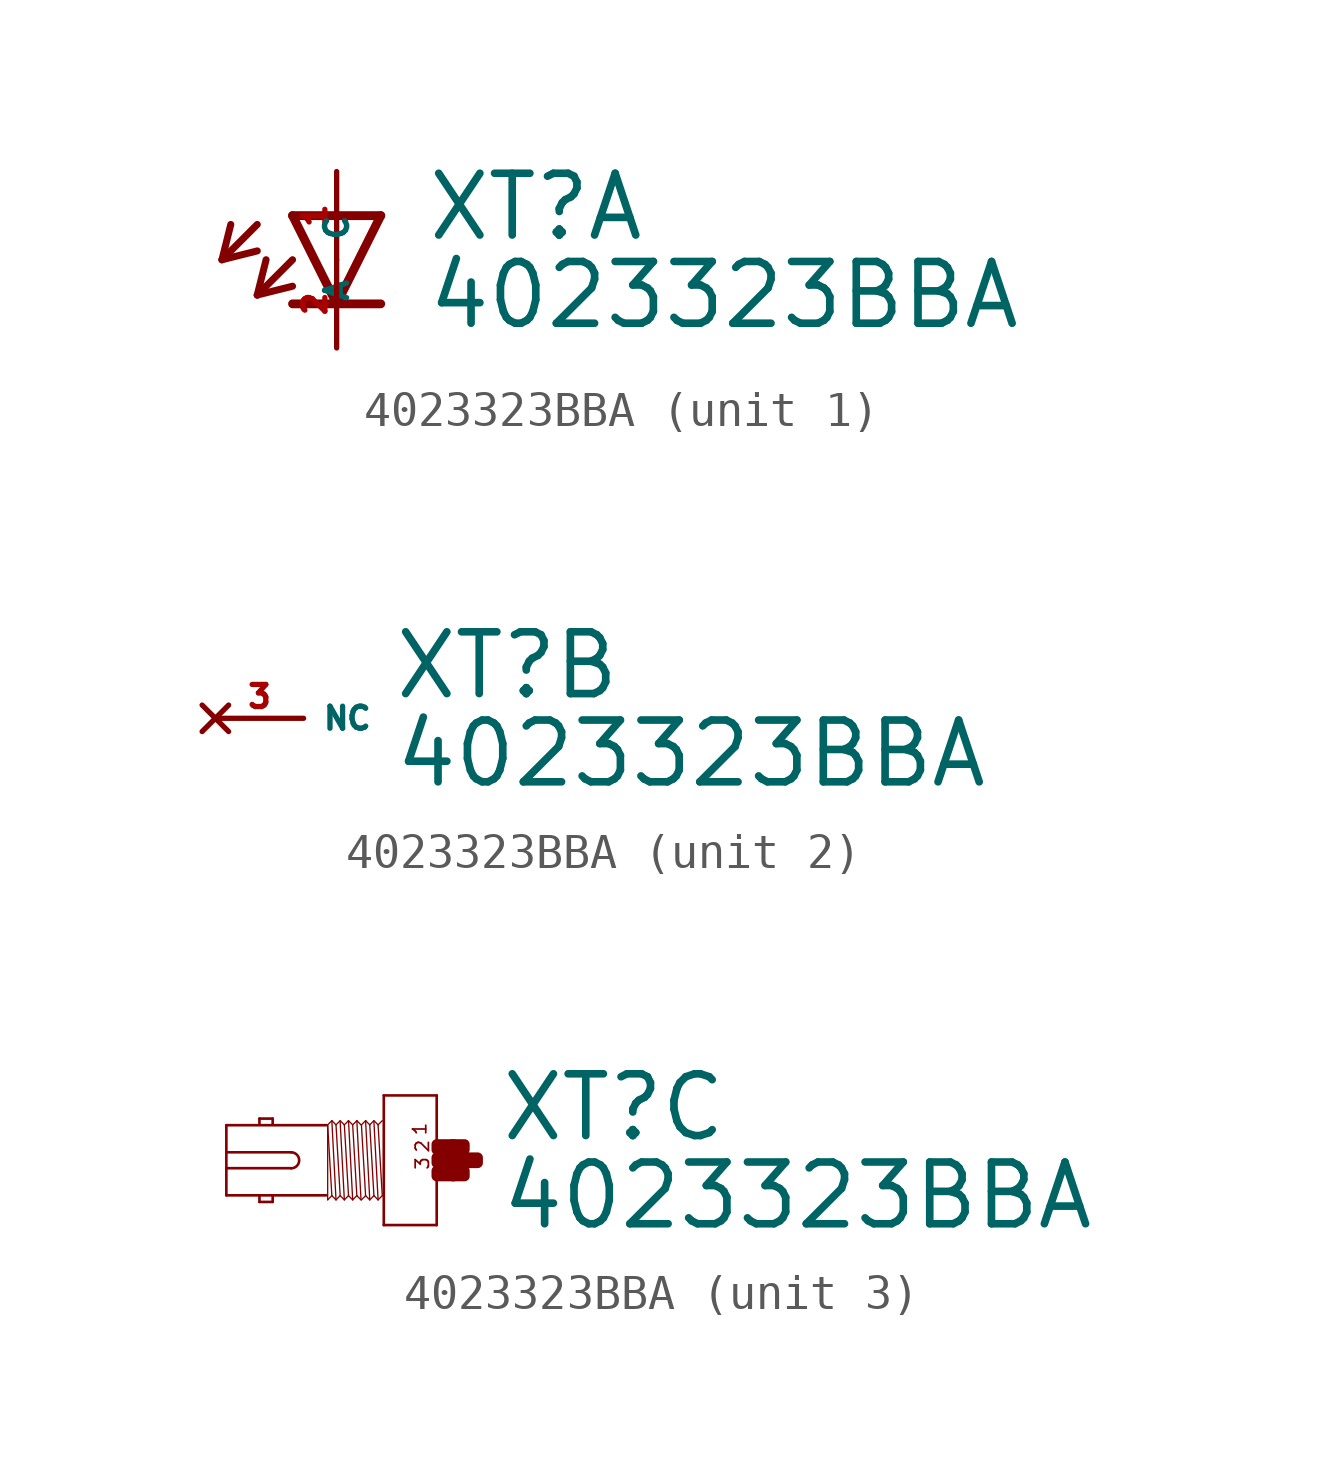
<source format=kicad_sym>
(kicad_symbol_lib
  (version 20220914)
  (generator Eagle2Kicad)
  (symbol "4023323BBA"
    (property "Reference" "XT"
      (at 2.54 0.483 0)
      (effects (font (size 1.778 1.778) (thickness 0.22)) (justify left bottom)))
    (property "Value" "4023323BBA"
      (at 2.54 -2.057 0)
      (effects (font (size 1.778 1.778) (thickness 0.22)) (justify left bottom)))
    (symbol "4023323BBA_1_0"
      (polyline (pts (xy -1.27 1.27) (xy 0 -1.27)) (stroke (width 0.254) (type default)) (fill (type none)))
      (polyline (pts (xy 0 -1.27) (xy 1.27 1.27)) (stroke (width 0.254) (type default)) (fill (type none)))
      (polyline (pts (xy 1.27 -1.27) (xy 0 -1.27)) (stroke (width 0.254) (type default)) (fill (type none)))
      (polyline (pts (xy 1.27 1.27) (xy -1.27 1.27)) (stroke (width 0.254) (type default)) (fill (type none)))
      (polyline (pts (xy 0 -1.27) (xy -1.27 -1.27)) (stroke (width 0.254) (type default)) (fill (type none)))
      (polyline (pts (xy -2.286 1.016) (xy -3.302 0)) (stroke (width 0.203) (type default)) (fill (type none)))
      (polyline (pts (xy -3.302 0) (xy -2.286 0.254)) (stroke (width 0.203) (type default)) (fill (type none)))
      (polyline (pts (xy -3.302 0) (xy -3.048 1.016)) (stroke (width 0.203) (type default)) (fill (type none)))
      (polyline (pts (xy -1.27 0) (xy -2.286 -1.016)) (stroke (width 0.203) (type default)) (fill (type none)))
      (polyline (pts (xy -2.286 -1.016) (xy -1.27 -0.762)) (stroke (width 0.203) (type default)) (fill (type none)))
      (polyline (pts (xy -2.286 -1.016) (xy -2.032 0)) (stroke (width 0.203) (type default)) (fill (type none)))
      (pin passive line (at 0 2.54 270) (length 2.54) (name "A" (effects (font (size 0.635 0.635) (thickness 0.08)) (justify left bottom))) (number "1" (effects (font (size 0.635 0.635) (thickness 0.08)) (justify left bottom))))
      (pin passive line (at 0 -2.54 90) (length 2.54) (name "C" (effects (font (size 0.635 0.635) (thickness 0.08)) (justify left bottom))) (number "2" (effects (font (size 0.635 0.635) (thickness 0.08)) (justify left bottom)))))
    (symbol "4023323BBA_2_0"
      (pin no_connect line (at -2.54 0 0) (length 2.54) (name "NC" (effects (font (size 0.635 0.635) (thickness 0.08)) (justify left bottom) hide)) (number "3" (effects (font (size 0.635 0.635) (thickness 0.08)) (justify left bottom) hide))))
    (symbol "4023323BBA_3_0"
      (polyline (pts (xy 0.762 1.867) (xy 0.762 -1.867)) (stroke (width 0.076) (type default)) (fill (type none)))
      (polyline (pts (xy 0.762 -1.867) (xy -0.762 -1.867)) (stroke (width 0.076) (type default)) (fill (type none)))
      (polyline (pts (xy -0.762 -1.867) (xy -0.762 1.867)) (stroke (width 0.076) (type default)) (fill (type none)))
      (polyline (pts (xy -0.762 1.867) (xy 0.762 1.867)) (stroke (width 0.076) (type default)) (fill (type none)))
      (polyline (pts (xy -2.419 1.01) (xy -5.296 1.01)) (stroke (width 0.076) (type default)) (fill (type none)))
      (polyline (pts (xy -5.296 1.01) (xy -5.296 0.229)) (stroke (width 0.076) (type default)) (fill (type none)))
      (polyline (pts (xy -5.296 0.229) (xy -5.296 -0.229)) (stroke (width 0.076) (type default)) (fill (type none)))
      (polyline (pts (xy -5.296 -0.229) (xy -5.296 -1.01)) (stroke (width 0.076) (type default)) (fill (type none)))
      (polyline (pts (xy -5.296 -1.01) (xy -2.419 -1.01)) (stroke (width 0.076) (type default)) (fill (type none)))
      (polyline (pts (xy -3.962 -1.029) (xy -3.962 -1.2)) (stroke (width 0.076) (type default)) (fill (type none)))
      (polyline (pts (xy -3.962 -1.2) (xy -4.343 -1.2)) (stroke (width 0.076) (type default)) (fill (type none)))
      (polyline (pts (xy -4.343 -1.2) (xy -4.343 -1.029)) (stroke (width 0.076) (type default)) (fill (type none)))
      (polyline (pts (xy -4.343 1.029) (xy -4.343 1.2)) (stroke (width 0.076) (type default)) (fill (type none)))
      (polyline (pts (xy -4.343 1.2) (xy -3.962 1.2)) (stroke (width 0.076) (type default)) (fill (type none)))
      (polyline (pts (xy -3.962 1.2) (xy -3.962 1.029)) (stroke (width 0.076) (type default)) (fill (type none)))
      (polyline (pts (xy -2.258 1.14) (xy -2.138 -1.14)) (stroke (width 0.038) (type default)) (fill (type none)))
      (polyline (pts (xy -2.018 1.099) (xy -1.898 -1.14)) (stroke (width 0.038) (type default)) (fill (type none)))
      (polyline (pts (xy -1.898 1.02) (xy -1.778 -1.02)) (stroke (width 0.038) (type default)) (fill (type none)))
      (polyline (pts (xy -1.778 1.14) (xy -1.658 -1.14)) (stroke (width 0.038) (type default)) (fill (type none)))
      (polyline (pts (xy -1.538 1.14) (xy -1.418 -1.14)) (stroke (width 0.038) (type default)) (fill (type none)))
      (polyline (pts (xy -2.378 -1.14) (xy -2.378 0.999)) (stroke (width 0.038) (type default)) (fill (type none)))
      (polyline (pts (xy -2.378 -1.14) (xy -2.258 -1.02)) (stroke (width 0.038) (type default)) (fill (type none)))
      (polyline (pts (xy -2.258 -1.02) (xy -2.138 -1.14)) (stroke (width 0.038) (type default)) (fill (type none)))
      (polyline (pts (xy -2.138 -1.14) (xy -2.018 -1.02)) (stroke (width 0.038) (type default)) (fill (type none)))
      (polyline (pts (xy -2.018 -1.02) (xy -1.898 -1.14)) (stroke (width 0.038) (type default)) (fill (type none)))
      (polyline (pts (xy -1.898 -1.14) (xy -1.778 -1.02)) (stroke (width 0.038) (type default)) (fill (type none)))
      (polyline (pts (xy -1.778 -1.02) (xy -1.658 -1.14)) (stroke (width 0.038) (type default)) (fill (type none)))
      (polyline (pts (xy -1.658 -1.14) (xy -1.538 -1.02)) (stroke (width 0.038) (type default)) (fill (type none)))
      (polyline (pts (xy -1.538 -1.02) (xy -1.418 -1.14)) (stroke (width 0.038) (type default)) (fill (type none)))
      (polyline (pts (xy -2.378 1.02) (xy -2.258 1.14)) (stroke (width 0.038) (type default)) (fill (type none)))
      (polyline (pts (xy -2.258 1.14) (xy -2.138 1.02)) (stroke (width 0.038) (type default)) (fill (type none)))
      (polyline (pts (xy -2.138 1.02) (xy -2.018 1.14)) (stroke (width 0.038) (type default)) (fill (type none)))
      (polyline (pts (xy -2.018 1.14) (xy -1.898 1.02)) (stroke (width 0.038) (type default)) (fill (type none)))
      (polyline (pts (xy -1.898 1.02) (xy -1.778 1.14)) (stroke (width 0.038) (type default)) (fill (type none)))
      (polyline (pts (xy -1.778 1.14) (xy -1.658 1.02)) (stroke (width 0.038) (type default)) (fill (type none)))
      (polyline (pts (xy -1.658 1.02) (xy -1.538 1.14)) (stroke (width 0.038) (type default)) (fill (type none)))
      (polyline (pts (xy -1.538 1.14) (xy -1.418 1.02)) (stroke (width 0.038) (type default)) (fill (type none)))
      (polyline (pts (xy -2.138 1.02) (xy -2.018 -1.02)) (stroke (width 0.038) (type default)) (fill (type none)))
      (polyline (pts (xy -1.658 1.02) (xy -1.538 -1.02)) (stroke (width 0.038) (type default)) (fill (type none)))
      (polyline (pts (xy -2.378 1.02) (xy -2.258 -1.02)) (stroke (width 0.038) (type default)) (fill (type none)))
      (polyline (pts (xy -1.286 1.14) (xy -1.166 -1.14)) (stroke (width 0.038) (type default)) (fill (type none)))
      (polyline (pts (xy -1.046 1.099) (xy -0.926 -1.14)) (stroke (width 0.038) (type default)) (fill (type none)))
      (polyline (pts (xy -0.926 1.02) (xy -0.806 -1.02)) (stroke (width 0.038) (type default)) (fill (type none)))
      (polyline (pts (xy -1.406 -1.14) (xy -1.286 -1.02)) (stroke (width 0.038) (type default)) (fill (type none)))
      (polyline (pts (xy -1.286 -1.02) (xy -1.166 -1.14)) (stroke (width 0.038) (type default)) (fill (type none)))
      (polyline (pts (xy -1.166 -1.14) (xy -1.046 -1.02)) (stroke (width 0.038) (type default)) (fill (type none)))
      (polyline (pts (xy -1.046 -1.02) (xy -0.926 -1.14)) (stroke (width 0.038) (type default)) (fill (type none)))
      (polyline (pts (xy -0.926 -1.14) (xy -0.806 -1.02)) (stroke (width 0.038) (type default)) (fill (type none)))
      (polyline (pts (xy -1.406 1.02) (xy -1.286 1.14)) (stroke (width 0.038) (type default)) (fill (type none)))
      (polyline (pts (xy -1.286 1.14) (xy -1.166 1.02)) (stroke (width 0.038) (type default)) (fill (type none)))
      (polyline (pts (xy -1.166 1.02) (xy -1.046 1.14)) (stroke (width 0.038) (type default)) (fill (type none)))
      (polyline (pts (xy -1.046 1.14) (xy -0.926 1.02)) (stroke (width 0.038) (type default)) (fill (type none)))
      (polyline (pts (xy -0.926 1.02) (xy -0.806 1.14)) (stroke (width 0.038) (type default)) (fill (type none)))
      (polyline (pts (xy -1.166 1.02) (xy -1.046 -1.02)) (stroke (width 0.038) (type default)) (fill (type none)))
      (polyline (pts (xy -1.406 1.02) (xy -1.286 -1.02)) (stroke (width 0.038) (type default)) (fill (type none)))
      (polyline (pts (xy -5.296 -0.229) (xy -3.429 -0.229)) (stroke (width 0.076) (type default)) (fill (type none)))
      (polyline (pts (xy -3.429 0.229) (xy -5.296 0.229)) (stroke (width 0.076) (type default)) (fill (type none)))
      (arc (start -3.429 -0.2286) (mid -3.200 0.000) (end -3.429 0.2286) (stroke (width 0.0762) (type default)) (fill (type none)))
      (text "1" (at 0.495 0.686 1800) (effects (font (size 0.381 0.381) (thickness 0.05)) (justify left bottom)))
      (text "3" (at 0.572 -0.305 1800) (effects (font (size 0.381 0.381) (thickness 0.05)) (justify left bottom)))
      (text "2" (at 0.572 0.191 1800) (effects (font (size 0.381 0.381) (thickness 0.05)) (justify left bottom)))
      (rectangle (start 0.762 -0.457) (end 1.257 -0.305) (stroke (width 0.3) (type default)) (fill (type outline)))
      (rectangle (start 0.762 -0.076) (end 1.638 0.076) (stroke (width 0.3) (type default)) (fill (type outline)))
      (rectangle (start 1.219 -0.457) (end 1.562 -0.305) (stroke (width 0.3) (type default)) (fill (type outline)))
      (rectangle (start 1.6 -0.076) (end 1.943 0.076) (stroke (width 0.3) (type default)) (fill (type outline)))
      (rectangle (start 1.219 0.305) (end 1.562 0.457) (stroke (width 0.3) (type default)) (fill (type outline)))
      (rectangle (start 0.762 0.305) (end 1.257 0.457) (stroke (width 0.3) (type default)) (fill (type outline))))))
</source>
